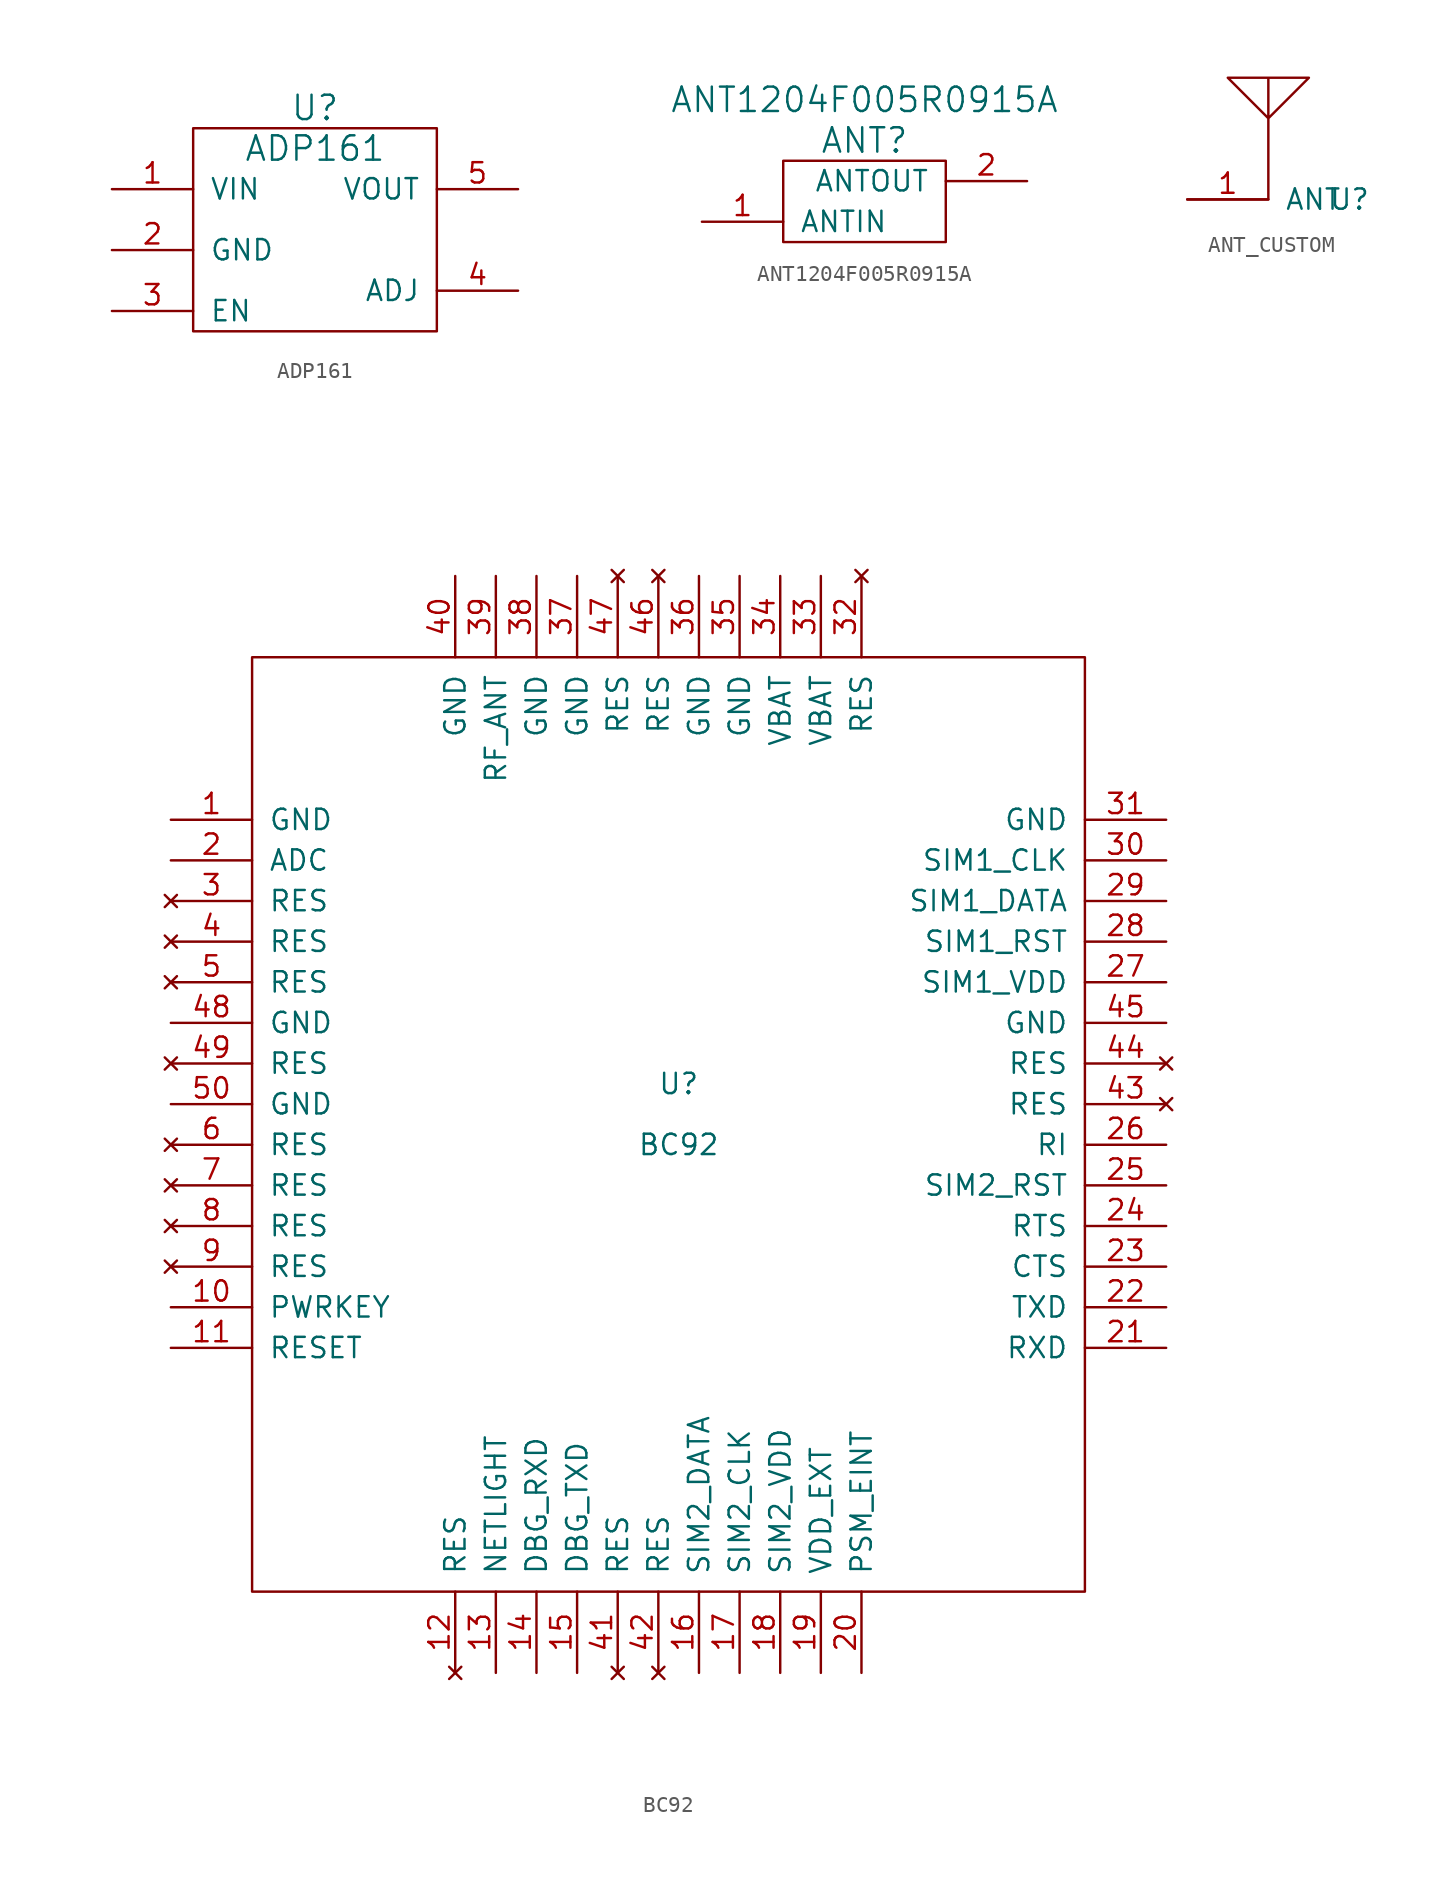
<source format=kicad_sym>
(kicad_symbol_lib
  (version 20211014)
  (generator kicad_symbol_editor)
  (symbol "ADP161"
    (pin_names
      (offset 1.016))
    (property "Reference" "U"
      (at 0 7.62 0)
      (effects (font (size 1.524 1.524))))
    (property "Value" "ADP161"
      (at 0 5.08 0)
      (effects (font (size 1.524 1.524))))
    (property "Footprint" ""
      (at 0 0 0)
      (effects (font (size 1.524 1.524))))
    (property "Datasheet" ""
      (at 0 0 0)
      (effects (font (size 1.524 1.524))))
    (symbol "ADP161_0_1"
      (rectangle (start -7.62 -6.35) (end 7.62 6.35) (stroke (width 0) (type default) (color 0 0 0 0)) (fill (type none))))
    (symbol "ADP161_1_1"
      (pin input line (at -12.7 2.54 0) (length 5.08) (name "VIN" (effects (font (size 1.27 1.27)))) (number "1" (effects (font (size 1.27 1.27)))))
      (pin input line (at -12.7 -1.27 0) (length 5.08) (name "GND" (effects (font (size 1.27 1.27)))) (number "2" (effects (font (size 1.27 1.27)))))
      (pin input line (at -12.7 -5.08 0) (length 5.08) (name "EN" (effects (font (size 1.27 1.27)))) (number "3" (effects (font (size 1.27 1.27)))))
      (pin input line (at 12.7 -3.81 180) (length 5.08) (name "ADJ" (effects (font (size 1.27 1.27)))) (number "4" (effects (font (size 1.27 1.27)))))
      (pin input line (at 12.7 2.54 180) (length 5.08) (name "VOUT" (effects (font (size 1.27 1.27)))) (number "5" (effects (font (size 1.27 1.27)))))))
  (symbol "ANT1204F005R0915A"
    (pin_names
      (offset 1.016))
    (property "Reference" "ANT"
      (at 0 3.81 0)
      (effects (font (size 1.524 1.524))))
    (property "Value" "ANT1204F005R0915A"
      (at 0 6.35 0)
      (effects (font (size 1.524 1.524))))
    (property "Footprint" ""
      (at 0 0 90)
      (effects (font (size 1.524 1.524))))
    (property "Datasheet" ""
      (at 0 0 90)
      (effects (font (size 1.524 1.524))))
    (symbol "ANT1204F005R0915A_0_1"
      (polyline (pts (xy 5.08 -2.54) (xy 5.08 2.54) (xy -5.08 2.54) (xy -5.08 -2.54) (xy 5.08 -2.54)) (stroke (width 0) (type default) (color 0 0 0 0)) (fill (type none))))
    (symbol "ANT1204F005R0915A_1_1"
      (pin input line (at -10.16 -1.27 0) (length 5.08) (name "ANTIN" (effects (font (size 1.27 1.27)))) (number "1" (effects (font (size 1.27 1.27)))))
      (pin input line (at 10.16 1.27 180) (length 5.08) (name "ANTOUT" (effects (font (size 1.27 1.27)))) (number "2" (effects (font (size 1.27 1.27)))))))
  (symbol "ANT_CUSTOM"
    (pin_names
      (offset 1.016))
    (property "Reference" "U"
      (at 0 0 0)
      (effects (font (size 1.27 1.27))))
    (symbol "ANT_CUSTOM_0_1"
      (polyline (pts (xy -10.16 0) (xy -5.08 0) (xy -5.08 3.81) (xy -5.08 5.08) (xy -7.62 7.62) (xy -5.08 5.08) (xy -2.54 7.62) (xy -7.62 7.62) (xy -5.08 5.08) (xy -5.08 7.62)) (stroke (width 0) (type default) (color 0 0 0 0)) (fill (type none))))
    (symbol "ANT_CUSTOM_1_1"
      (pin input line (at -10.16 0 0) (length 5.08) (name "ANT" (effects (font (size 1.27 1.27)))) (number "1" (effects (font (size 1.27 1.27)))))))
  (symbol "BC92"
    (pin_names
      (offset 1.016))
    (property "Reference" "U"
      (at 0 2.54 0)
      (effects (font (size 1.27 1.27))))
    (property "Value" "BC92"
      (at 0 -1.27 0)
      (effects (font (size 1.27 1.27))))
    (symbol "BC92_0_1"
      (rectangle (start -26.67 29.21) (end 25.4 -29.21) (stroke (width 0) (type default) (color 0 0 0 0)) (fill (type none))))
    (symbol "BC92_1_1"
      (pin input line (at -31.75 19.05 0) (length 5.08) (name "GND" (effects (font (size 1.27 1.27)))) (number "1" (effects (font (size 1.27 1.27)))))
      (pin input line (at -31.75 -11.43 0) (length 5.08) (name "PWRKEY" (effects (font (size 1.27 1.27)))) (number "10" (effects (font (size 1.27 1.27)))))
      (pin input line (at -31.75 -13.97 0) (length 5.08) (name "RESET" (effects (font (size 1.27 1.27)))) (number "11" (effects (font (size 1.27 1.27)))))
      (pin no_connect line (at -13.97 -34.29 90) (length 5.08) (name "RES" (effects (font (size 1.27 1.27)))) (number "12" (effects (font (size 1.27 1.27)))))
      (pin output line (at -11.43 -34.29 90) (length 5.08) (name "NETLIGHT" (effects (font (size 1.27 1.27)))) (number "13" (effects (font (size 1.27 1.27)))))
      (pin input line (at -8.89 -34.29 90) (length 5.08) (name "DBG_RXD" (effects (font (size 1.27 1.27)))) (number "14" (effects (font (size 1.27 1.27)))))
      (pin input line (at -6.35 -34.29 90) (length 5.08) (name "DBG_TXD" (effects (font (size 1.27 1.27)))) (number "15" (effects (font (size 1.27 1.27)))))
      (pin input line (at 1.27 -34.29 90) (length 5.08) (name "SIM2_DATA" (effects (font (size 1.27 1.27)))) (number "16" (effects (font (size 1.27 1.27)))))
      (pin input line (at 3.81 -34.29 90) (length 5.08) (name "SIM2_CLK" (effects (font (size 1.27 1.27)))) (number "17" (effects (font (size 1.27 1.27)))))
      (pin input line (at 6.35 -34.29 90) (length 5.08) (name "SIM2_VDD" (effects (font (size 1.27 1.27)))) (number "18" (effects (font (size 1.27 1.27)))))
      (pin output line (at 8.89 -34.29 90) (length 5.08) (name "VDD_EXT" (effects (font (size 1.27 1.27)))) (number "19" (effects (font (size 1.27 1.27)))))
      (pin input line (at -31.75 16.51 0) (length 5.08) (name "ADC" (effects (font (size 1.27 1.27)))) (number "2" (effects (font (size 1.27 1.27)))))
      (pin input line (at 11.43 -34.29 90) (length 5.08) (name "PSM_EINT" (effects (font (size 1.27 1.27)))) (number "20" (effects (font (size 1.27 1.27)))))
      (pin input line (at 30.48 -13.97 180) (length 5.08) (name "RXD" (effects (font (size 1.27 1.27)))) (number "21" (effects (font (size 1.27 1.27)))))
      (pin output line (at 30.48 -11.43 180) (length 5.08) (name "TXD" (effects (font (size 1.27 1.27)))) (number "22" (effects (font (size 1.27 1.27)))))
      (pin input line (at 30.48 -8.89 180) (length 5.08) (name "CTS" (effects (font (size 1.27 1.27)))) (number "23" (effects (font (size 1.27 1.27)))))
      (pin input line (at 30.48 -6.35 180) (length 5.08) (name "RTS" (effects (font (size 1.27 1.27)))) (number "24" (effects (font (size 1.27 1.27)))))
      (pin input line (at 30.48 -3.81 180) (length 5.08) (name "SIM2_RST" (effects (font (size 1.27 1.27)))) (number "25" (effects (font (size 1.27 1.27)))))
      (pin input line (at 30.48 -1.27 180) (length 5.08) (name "RI" (effects (font (size 1.27 1.27)))) (number "26" (effects (font (size 1.27 1.27)))))
      (pin input line (at 30.48 8.89 180) (length 5.08) (name "SIM1_VDD" (effects (font (size 1.27 1.27)))) (number "27" (effects (font (size 1.27 1.27)))))
      (pin input line (at 30.48 11.43 180) (length 5.08) (name "SIM1_RST" (effects (font (size 1.27 1.27)))) (number "28" (effects (font (size 1.27 1.27)))))
      (pin input line (at 30.48 13.97 180) (length 5.08) (name "SIM1_DATA" (effects (font (size 1.27 1.27)))) (number "29" (effects (font (size 1.27 1.27)))))
      (pin no_connect line (at -31.75 13.97 0) (length 5.08) (name "RES" (effects (font (size 1.27 1.27)))) (number "3" (effects (font (size 1.27 1.27)))))
      (pin input line (at 30.48 16.51 180) (length 5.08) (name "SIM1_CLK" (effects (font (size 1.27 1.27)))) (number "30" (effects (font (size 1.27 1.27)))))
      (pin input line (at 30.48 19.05 180) (length 5.08) (name "GND" (effects (font (size 1.27 1.27)))) (number "31" (effects (font (size 1.27 1.27)))))
      (pin no_connect line (at 11.43 34.29 270) (length 5.08) (name "RES" (effects (font (size 1.27 1.27)))) (number "32" (effects (font (size 1.27 1.27)))))
      (pin input line (at 8.89 34.29 270) (length 5.08) (name "VBAT" (effects (font (size 1.27 1.27)))) (number "33" (effects (font (size 1.27 1.27)))))
      (pin input line (at 6.35 34.29 270) (length 5.08) (name "VBAT" (effects (font (size 1.27 1.27)))) (number "34" (effects (font (size 1.27 1.27)))))
      (pin input line (at 3.81 34.29 270) (length 5.08) (name "GND" (effects (font (size 1.27 1.27)))) (number "35" (effects (font (size 1.27 1.27)))))
      (pin input line (at 1.27 34.29 270) (length 5.08) (name "GND" (effects (font (size 1.27 1.27)))) (number "36" (effects (font (size 1.27 1.27)))))
      (pin input line (at -6.35 34.29 270) (length 5.08) (name "GND" (effects (font (size 1.27 1.27)))) (number "37" (effects (font (size 1.27 1.27)))))
      (pin input line (at -8.89 34.29 270) (length 5.08) (name "GND" (effects (font (size 1.27 1.27)))) (number "38" (effects (font (size 1.27 1.27)))))
      (pin input line (at -11.43 34.29 270) (length 5.08) (name "RF_ANT" (effects (font (size 1.27 1.27)))) (number "39" (effects (font (size 1.27 1.27)))))
      (pin no_connect line (at -31.75 11.43 0) (length 5.08) (name "RES" (effects (font (size 1.27 1.27)))) (number "4" (effects (font (size 1.27 1.27)))))
      (pin input line (at -13.97 34.29 270) (length 5.08) (name "GND" (effects (font (size 1.27 1.27)))) (number "40" (effects (font (size 1.27 1.27)))))
      (pin no_connect line (at -3.81 -34.29 90) (length 5.08) (name "RES" (effects (font (size 1.27 1.27)))) (number "41" (effects (font (size 1.27 1.27)))))
      (pin no_connect line (at -1.27 -34.29 90) (length 5.08) (name "RES" (effects (font (size 1.27 1.27)))) (number "42" (effects (font (size 1.27 1.27)))))
      (pin no_connect line (at 30.48 1.27 180) (length 5.08) (name "RES" (effects (font (size 1.27 1.27)))) (number "43" (effects (font (size 1.27 1.27)))))
      (pin no_connect line (at 30.48 3.81 180) (length 5.08) (name "RES" (effects (font (size 1.27 1.27)))) (number "44" (effects (font (size 1.27 1.27)))))
      (pin input line (at 30.48 6.35 180) (length 5.08) (name "GND" (effects (font (size 1.27 1.27)))) (number "45" (effects (font (size 1.27 1.27)))))
      (pin no_connect line (at -1.27 34.29 270) (length 5.08) (name "RES" (effects (font (size 1.27 1.27)))) (number "46" (effects (font (size 1.27 1.27)))))
      (pin no_connect line (at -3.81 34.29 270) (length 5.08) (name "RES" (effects (font (size 1.27 1.27)))) (number "47" (effects (font (size 1.27 1.27)))))
      (pin input line (at -31.75 6.35 0) (length 5.08) (name "GND" (effects (font (size 1.27 1.27)))) (number "48" (effects (font (size 1.27 1.27)))))
      (pin no_connect line (at -31.75 3.81 0) (length 5.08) (name "RES" (effects (font (size 1.27 1.27)))) (number "49" (effects (font (size 1.27 1.27)))))
      (pin no_connect line (at -31.75 8.89 0) (length 5.08) (name "RES" (effects (font (size 1.27 1.27)))) (number "5" (effects (font (size 1.27 1.27)))))
      (pin input line (at -31.75 1.27 0) (length 5.08) (name "GND" (effects (font (size 1.27 1.27)))) (number "50" (effects (font (size 1.27 1.27)))))
      (pin no_connect line (at -31.75 -1.27 0) (length 5.08) (name "RES" (effects (font (size 1.27 1.27)))) (number "6" (effects (font (size 1.27 1.27)))))
      (pin no_connect line (at -31.75 -3.81 0) (length 5.08) (name "RES" (effects (font (size 1.27 1.27)))) (number "7" (effects (font (size 1.27 1.27)))))
      (pin no_connect line (at -31.75 -6.35 0) (length 5.08) (name "RES" (effects (font (size 1.27 1.27)))) (number "8" (effects (font (size 1.27 1.27)))))
      (pin no_connect line (at -31.75 -8.89 0) (length 5.08) (name "RES" (effects (font (size 1.27 1.27)))) (number "9" (effects (font (size 1.27 1.27))))))))
</source>
